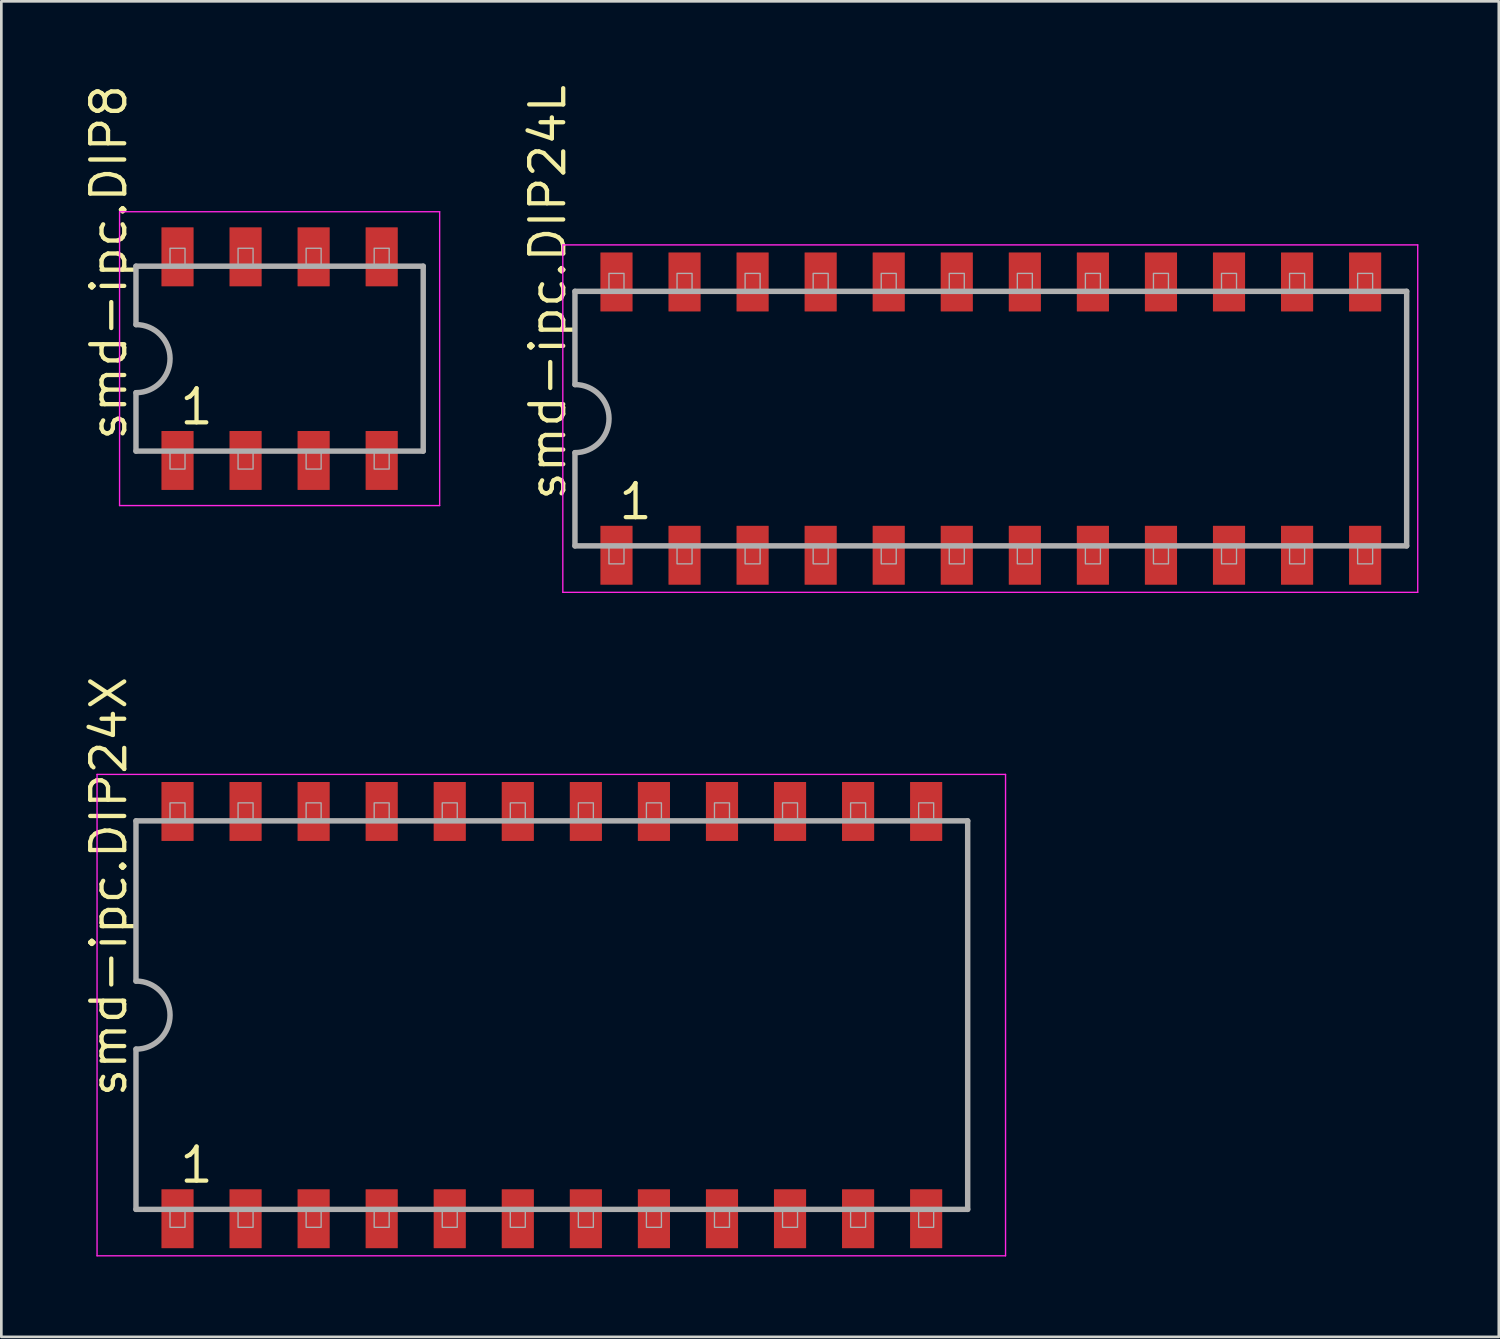
<source format=kicad_pcb>
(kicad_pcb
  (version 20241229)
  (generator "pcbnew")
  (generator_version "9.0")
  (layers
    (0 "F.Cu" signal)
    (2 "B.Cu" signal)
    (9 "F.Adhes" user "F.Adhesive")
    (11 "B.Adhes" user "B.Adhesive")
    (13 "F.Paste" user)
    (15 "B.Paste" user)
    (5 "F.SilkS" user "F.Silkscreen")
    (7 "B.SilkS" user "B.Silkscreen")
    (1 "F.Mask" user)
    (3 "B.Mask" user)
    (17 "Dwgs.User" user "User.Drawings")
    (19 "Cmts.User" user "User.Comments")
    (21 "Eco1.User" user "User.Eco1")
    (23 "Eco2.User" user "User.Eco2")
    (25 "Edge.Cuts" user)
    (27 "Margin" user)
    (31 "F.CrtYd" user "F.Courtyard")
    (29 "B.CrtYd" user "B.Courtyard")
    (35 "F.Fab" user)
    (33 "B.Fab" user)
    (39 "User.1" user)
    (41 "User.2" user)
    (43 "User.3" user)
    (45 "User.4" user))
  (footprint "smd-ipc.DIP24X"
    (layer "F.Cu")
    (at 17.545 34.835)
    (property "Reference" "smd-ipc.DIP24X" (at -15.795 3.135 90) (layer "F.SilkS") (effects (font (size 1.27 1.27) (thickness 0.16)) (justify left bottom)))
    (attr smd)
    (fp_line (start -16.973 -8.983) (end 16.933 -8.983) (stroke (width 0.051) (type default)) (layer "F.CrtYd"))
    (fp_line (start -16.973 8.983) (end -16.973 -8.983) (stroke (width 0.051) (type default)) (layer "F.CrtYd"))
    (fp_line (start 16.933 -8.983) (end 16.933 8.983) (stroke (width 0.051) (type default)) (layer "F.CrtYd"))
    (fp_line (start 16.933 8.983) (end -16.973 8.983) (stroke (width 0.051) (type default)) (layer "F.CrtYd"))
    (fp_line (start -15.52 -7.25) (end -15.52 -1.27) (stroke (width 0.203) (type default)) (layer "F.Fab"))
    (fp_line (start -15.52 1.27) (end -15.52 7.25) (stroke (width 0.203) (type default)) (layer "F.Fab"))
    (fp_line (start -15.52 7.25) (end 15.52 7.25) (stroke (width 0.203) (type default)) (layer "F.Fab"))
    (fp_line (start 15.52 -7.25) (end -15.52 -7.25) (stroke (width 0.203) (type default)) (layer "F.Fab"))
    (fp_line (start 15.52 7.25) (end 15.52 -7.25) (stroke (width 0.203) (type default)) (layer "F.Fab"))
    (fp_rect (start -14.25 -7.25) (end -13.69 -7.92) (stroke (width 0.05) (type default)) (fill no) (layer "F.Fab"))
    (fp_rect (start -14.25 7.92) (end -13.69 7.25) (stroke (width 0.05) (type default)) (fill no) (layer "F.Fab"))
    (fp_rect (start -11.71 -7.25) (end -11.15 -7.92) (stroke (width 0.05) (type default)) (fill no) (layer "F.Fab"))
    (fp_rect (start -11.71 7.92) (end -11.15 7.25) (stroke (width 0.05) (type default)) (fill no) (layer "F.Fab"))
    (fp_rect (start -9.17 -7.25) (end -8.61 -7.92) (stroke (width 0.05) (type default)) (fill no) (layer "F.Fab"))
    (fp_rect (start -9.17 7.92) (end -8.61 7.25) (stroke (width 0.05) (type default)) (fill no) (layer "F.Fab"))
    (fp_rect (start -6.63 -7.25) (end -6.07 -7.92) (stroke (width 0.05) (type default)) (fill no) (layer "F.Fab"))
    (fp_rect (start -6.63 7.92) (end -6.07 7.25) (stroke (width 0.05) (type default)) (fill no) (layer "F.Fab"))
    (fp_rect (start -4.09 -7.25) (end -3.53 -7.92) (stroke (width 0.05) (type default)) (fill no) (layer "F.Fab"))
    (fp_rect (start -4.09 7.92) (end -3.53 7.25) (stroke (width 0.05) (type default)) (fill no) (layer "F.Fab"))
    (fp_rect (start -1.55 -7.25) (end -0.99 -7.92) (stroke (width 0.05) (type default)) (fill no) (layer "F.Fab"))
    (fp_rect (start -1.55 7.92) (end -0.99 7.25) (stroke (width 0.05) (type default)) (fill no) (layer "F.Fab"))
    (fp_rect (start 0.99 -7.25) (end 1.55 -7.92) (stroke (width 0.05) (type default)) (fill no) (layer "F.Fab"))
    (fp_rect (start 0.99 7.92) (end 1.55 7.25) (stroke (width 0.05) (type default)) (fill no) (layer "F.Fab"))
    (fp_rect (start 3.53 -7.25) (end 4.09 -7.92) (stroke (width 0.05) (type default)) (fill no) (layer "F.Fab"))
    (fp_rect (start 3.53 7.92) (end 4.09 7.25) (stroke (width 0.05) (type default)) (fill no) (layer "F.Fab"))
    (fp_rect (start 6.07 -7.25) (end 6.63 -7.92) (stroke (width 0.05) (type default)) (fill no) (layer "F.Fab"))
    (fp_rect (start 6.07 7.92) (end 6.63 7.25) (stroke (width 0.05) (type default)) (fill no) (layer "F.Fab"))
    (fp_rect (start 8.61 -7.25) (end 9.17 -7.92) (stroke (width 0.05) (type default)) (fill no) (layer "F.Fab"))
    (fp_rect (start 8.61 7.92) (end 9.17 7.25) (stroke (width 0.05) (type default)) (fill no) (layer "F.Fab"))
    (fp_rect (start 11.15 -7.25) (end 11.71 -7.92) (stroke (width 0.05) (type default)) (fill no) (layer "F.Fab"))
    (fp_rect (start 11.15 7.92) (end 11.71 7.25) (stroke (width 0.05) (type default)) (fill no) (layer "F.Fab"))
    (fp_rect (start 13.69 -7.25) (end 14.25 -7.92) (stroke (width 0.05) (type default)) (fill no) (layer "F.Fab"))
    (fp_rect (start 13.69 7.92) (end 14.25 7.25) (stroke (width 0.05) (type default)) (fill no) (layer "F.Fab"))
    (fp_arc (start -15.5184 -1.27) (mid -14.2484 0) (end -15.5184 1.27) (stroke (width 0.2032) (type default)) (layer "F.Fab"))
    (fp_text user "1" (at -13.97 6.34 0) (layer "F.SilkS") (effects (font (size 1.27 1.27) (thickness 0.16)) (justify left bottom)))
    (pad "1" smd roundrect (at -13.97 7.6) (size 1.2 2.2) (layers "F.Cu" "F.Mask" "F.Paste") (roundrect_rratio 0.01))
    (pad "2" smd roundrect (at -11.43 7.6) (size 1.2 2.2) (layers "F.Cu" "F.Mask" "F.Paste") (roundrect_rratio 0.01))
    (pad "3" smd roundrect (at -8.89 7.6) (size 1.2 2.2) (layers "F.Cu" "F.Mask" "F.Paste") (roundrect_rratio 0.01))
    (pad "4" smd roundrect (at -6.35 7.6) (size 1.2 2.2) (layers "F.Cu" "F.Mask" "F.Paste") (roundrect_rratio 0.01))
    (pad "5" smd roundrect (at -3.81 7.6) (size 1.2 2.2) (layers "F.Cu" "F.Mask" "F.Paste") (roundrect_rratio 0.01))
    (pad "6" smd roundrect (at -1.27 7.6) (size 1.2 2.2) (layers "F.Cu" "F.Mask" "F.Paste") (roundrect_rratio 0.01))
    (pad "7" smd roundrect (at 1.27 7.6) (size 1.2 2.2) (layers "F.Cu" "F.Mask" "F.Paste") (roundrect_rratio 0.01))
    (pad "8" smd roundrect (at 3.81 7.6) (size 1.2 2.2) (layers "F.Cu" "F.Mask" "F.Paste") (roundrect_rratio 0.01))
    (pad "9" smd roundrect (at 6.35 7.6) (size 1.2 2.2) (layers "F.Cu" "F.Mask" "F.Paste") (roundrect_rratio 0.01))
    (pad "10" smd roundrect (at 8.89 7.6) (size 1.2 2.2) (layers "F.Cu" "F.Mask" "F.Paste") (roundrect_rratio 0.01))
    (pad "11" smd roundrect (at 11.43 7.6) (size 1.2 2.2) (layers "F.Cu" "F.Mask" "F.Paste") (roundrect_rratio 0.01))
    (pad "12" smd roundrect (at 13.97 7.6) (size 1.2 2.2) (layers "F.Cu" "F.Mask" "F.Paste") (roundrect_rratio 0.01))
    (pad "13" smd roundrect (at 13.97 -7.6) (size 1.2 2.2) (layers "F.Cu" "F.Mask" "F.Paste") (roundrect_rratio 0.01))
    (pad "14" smd roundrect (at 11.43 -7.6) (size 1.2 2.2) (layers "F.Cu" "F.Mask" "F.Paste") (roundrect_rratio 0.01))
    (pad "15" smd roundrect (at 8.89 -7.6) (size 1.2 2.2) (layers "F.Cu" "F.Mask" "F.Paste") (roundrect_rratio 0.01))
    (pad "16" smd roundrect (at 6.35 -7.6) (size 1.2 2.2) (layers "F.Cu" "F.Mask" "F.Paste") (roundrect_rratio 0.01))
    (pad "17" smd roundrect (at 3.81 -7.6) (size 1.2 2.2) (layers "F.Cu" "F.Mask" "F.Paste") (roundrect_rratio 0.01))
    (pad "18" smd roundrect (at 1.27 -7.6) (size 1.2 2.2) (layers "F.Cu" "F.Mask" "F.Paste") (roundrect_rratio 0.01))
    (pad "19" smd roundrect (at -1.27 -7.6) (size 1.2 2.2) (layers "F.Cu" "F.Mask" "F.Paste") (roundrect_rratio 0.01))
    (pad "20" smd roundrect (at -3.81 -7.6) (size 1.2 2.2) (layers "F.Cu" "F.Mask" "F.Paste") (roundrect_rratio 0.01))
    (pad "21" smd roundrect (at -6.35 -7.6) (size 1.2 2.2) (layers "F.Cu" "F.Mask" "F.Paste") (roundrect_rratio 0.01))
    (pad "22" smd roundrect (at -8.89 -7.6) (size 1.2 2.2) (layers "F.Cu" "F.Mask" "F.Paste") (roundrect_rratio 0.01))
    (pad "23" smd roundrect (at -11.43 -7.6) (size 1.2 2.2) (layers "F.Cu" "F.Mask" "F.Paste") (roundrect_rratio 0.01))
    (pad "24" smd roundrect (at -13.97 -7.6) (size 1.2 2.2) (layers "F.Cu" "F.Mask" "F.Paste") (roundrect_rratio 0.01)))
  (footprint "smd-ipc.DIP8"
    (layer "F.Cu")
    (at 7.385 10.335)
    (property "Reference" "smd-ipc.DIP8" (at -5.635 3.135 90) (layer "F.SilkS") (effects (font (size 1.27 1.27) (thickness 0.16)) (justify left bottom)))
    (attr smd)
    (fp_line (start -5.973 -5.483) (end 5.973 -5.483) (stroke (width 0.051) (type default)) (layer "F.CrtYd"))
    (fp_line (start -5.973 5.483) (end -5.973 -5.483) (stroke (width 0.051) (type default)) (layer "F.CrtYd"))
    (fp_line (start 5.973 -5.483) (end 5.973 5.483) (stroke (width 0.051) (type default)) (layer "F.CrtYd"))
    (fp_line (start 5.973 5.483) (end -5.973 5.483) (stroke (width 0.051) (type default)) (layer "F.CrtYd"))
    (fp_line (start -5.36 -3.45) (end -5.36 -1.27) (stroke (width 0.203) (type default)) (layer "F.Fab"))
    (fp_line (start -5.36 1.27) (end -5.36 3.45) (stroke (width 0.203) (type default)) (layer "F.Fab"))
    (fp_line (start -5.36 3.45) (end 5.36 3.45) (stroke (width 0.203) (type default)) (layer "F.Fab"))
    (fp_line (start 5.36 -3.45) (end -5.36 -3.45) (stroke (width 0.203) (type default)) (layer "F.Fab"))
    (fp_line (start 5.36 3.45) (end 5.36 -3.45) (stroke (width 0.203) (type default)) (layer "F.Fab"))
    (fp_rect (start -4.09 -3.45) (end -3.53 -4.12) (stroke (width 0.05) (type default)) (fill no) (layer "F.Fab"))
    (fp_rect (start -4.09 4.12) (end -3.53 3.45) (stroke (width 0.05) (type default)) (fill no) (layer "F.Fab"))
    (fp_rect (start -1.55 -3.45) (end -0.99 -4.12) (stroke (width 0.05) (type default)) (fill no) (layer "F.Fab"))
    (fp_rect (start -1.55 4.12) (end -0.99 3.45) (stroke (width 0.05) (type default)) (fill no) (layer "F.Fab"))
    (fp_rect (start 0.99 -3.45) (end 1.55 -4.12) (stroke (width 0.05) (type default)) (fill no) (layer "F.Fab"))
    (fp_rect (start 0.99 4.12) (end 1.55 3.45) (stroke (width 0.05) (type default)) (fill no) (layer "F.Fab"))
    (fp_rect (start 3.53 -3.45) (end 4.09 -4.12) (stroke (width 0.05) (type default)) (fill no) (layer "F.Fab"))
    (fp_rect (start 3.53 4.12) (end 4.09 3.45) (stroke (width 0.05) (type default)) (fill no) (layer "F.Fab"))
    (fp_arc (start -5.3584 -1.27) (mid -4.0884 0) (end -5.3584 1.27) (stroke (width 0.2032) (type default)) (layer "F.Fab"))
    (fp_text user "1" (at -3.81 2.54 0) (layer "F.SilkS") (effects (font (size 1.27 1.27) (thickness 0.16)) (justify left bottom)))
    (pad "1" smd roundrect (at -3.81 3.8) (size 1.2 2.2) (layers "F.Cu" "F.Mask" "F.Paste") (roundrect_rratio 0.01))
    (pad "2" smd roundrect (at -1.27 3.8) (size 1.2 2.2) (layers "F.Cu" "F.Mask" "F.Paste") (roundrect_rratio 0.01))
    (pad "3" smd roundrect (at 1.27 3.8) (size 1.2 2.2) (layers "F.Cu" "F.Mask" "F.Paste") (roundrect_rratio 0.01))
    (pad "4" smd roundrect (at 3.81 3.8) (size 1.2 2.2) (layers "F.Cu" "F.Mask" "F.Paste") (roundrect_rratio 0.01))
    (pad "5" smd roundrect (at 3.81 -3.8) (size 1.2 2.2) (layers "F.Cu" "F.Mask" "F.Paste") (roundrect_rratio 0.01))
    (pad "6" smd roundrect (at 1.27 -3.8) (size 1.2 2.2) (layers "F.Cu" "F.Mask" "F.Paste") (roundrect_rratio 0.01))
    (pad "7" smd roundrect (at -1.27 -3.8) (size 1.2 2.2) (layers "F.Cu" "F.Mask" "F.Paste") (roundrect_rratio 0.01))
    (pad "8" smd roundrect (at -3.81 -3.8) (size 1.2 2.2) (layers "F.Cu" "F.Mask" "F.Paste") (roundrect_rratio 0.01)))
  (footprint "smd-ipc.DIP24L"
    (layer "F.Cu")
    (at 33.928 12.573)
    (property "Reference" "smd-ipc.DIP24L" (at -15.795 3.135 90) (layer "F.SilkS") (effects (font (size 1.27 1.27) (thickness 0.16)) (justify left bottom)))
    (attr smd)
    (fp_line (start -15.973 -6.483) (end 15.933 -6.483) (stroke (width 0.051) (type default)) (layer "F.CrtYd"))
    (fp_line (start -15.973 6.483) (end -15.973 -6.483) (stroke (width 0.051) (type default)) (layer "F.CrtYd"))
    (fp_line (start 15.933 -6.483) (end 15.933 6.483) (stroke (width 0.051) (type default)) (layer "F.CrtYd"))
    (fp_line (start 15.933 6.483) (end -15.973 6.483) (stroke (width 0.051) (type default)) (layer "F.CrtYd"))
    (fp_line (start -15.52 -4.75) (end -15.52 -1.27) (stroke (width 0.203) (type default)) (layer "F.Fab"))
    (fp_line (start -15.52 1.27) (end -15.52 4.75) (stroke (width 0.203) (type default)) (layer "F.Fab"))
    (fp_line (start -15.52 4.75) (end 15.52 4.75) (stroke (width 0.203) (type default)) (layer "F.Fab"))
    (fp_line (start 15.52 -4.75) (end -15.52 -4.75) (stroke (width 0.203) (type default)) (layer "F.Fab"))
    (fp_line (start 15.52 4.75) (end 15.52 -4.75) (stroke (width 0.203) (type default)) (layer "F.Fab"))
    (fp_rect (start -14.25 -4.75) (end -13.69 -5.42) (stroke (width 0.05) (type default)) (fill no) (layer "F.Fab"))
    (fp_rect (start -14.25 5.42) (end -13.69 4.75) (stroke (width 0.05) (type default)) (fill no) (layer "F.Fab"))
    (fp_rect (start -11.71 -4.75) (end -11.15 -5.42) (stroke (width 0.05) (type default)) (fill no) (layer "F.Fab"))
    (fp_rect (start -11.71 5.42) (end -11.15 4.75) (stroke (width 0.05) (type default)) (fill no) (layer "F.Fab"))
    (fp_rect (start -9.17 -4.75) (end -8.61 -5.42) (stroke (width 0.05) (type default)) (fill no) (layer "F.Fab"))
    (fp_rect (start -9.17 5.42) (end -8.61 4.75) (stroke (width 0.05) (type default)) (fill no) (layer "F.Fab"))
    (fp_rect (start -6.63 -4.75) (end -6.07 -5.42) (stroke (width 0.05) (type default)) (fill no) (layer "F.Fab"))
    (fp_rect (start -6.63 5.42) (end -6.07 4.75) (stroke (width 0.05) (type default)) (fill no) (layer "F.Fab"))
    (fp_rect (start -4.09 -4.75) (end -3.53 -5.42) (stroke (width 0.05) (type default)) (fill no) (layer "F.Fab"))
    (fp_rect (start -4.09 5.42) (end -3.53 4.75) (stroke (width 0.05) (type default)) (fill no) (layer "F.Fab"))
    (fp_rect (start -1.55 -4.75) (end -0.99 -5.42) (stroke (width 0.05) (type default)) (fill no) (layer "F.Fab"))
    (fp_rect (start -1.55 5.42) (end -0.99 4.75) (stroke (width 0.05) (type default)) (fill no) (layer "F.Fab"))
    (fp_rect (start 0.99 -4.75) (end 1.55 -5.42) (stroke (width 0.05) (type default)) (fill no) (layer "F.Fab"))
    (fp_rect (start 0.99 5.42) (end 1.55 4.75) (stroke (width 0.05) (type default)) (fill no) (layer "F.Fab"))
    (fp_rect (start 3.53 -4.75) (end 4.09 -5.42) (stroke (width 0.05) (type default)) (fill no) (layer "F.Fab"))
    (fp_rect (start 3.53 5.42) (end 4.09 4.75) (stroke (width 0.05) (type default)) (fill no) (layer "F.Fab"))
    (fp_rect (start 6.07 -4.75) (end 6.63 -5.42) (stroke (width 0.05) (type default)) (fill no) (layer "F.Fab"))
    (fp_rect (start 6.07 5.42) (end 6.63 4.75) (stroke (width 0.05) (type default)) (fill no) (layer "F.Fab"))
    (fp_rect (start 8.61 -4.75) (end 9.17 -5.42) (stroke (width 0.05) (type default)) (fill no) (layer "F.Fab"))
    (fp_rect (start 8.61 5.42) (end 9.17 4.75) (stroke (width 0.05) (type default)) (fill no) (layer "F.Fab"))
    (fp_rect (start 11.15 -4.75) (end 11.71 -5.42) (stroke (width 0.05) (type default)) (fill no) (layer "F.Fab"))
    (fp_rect (start 11.15 5.42) (end 11.71 4.75) (stroke (width 0.05) (type default)) (fill no) (layer "F.Fab"))
    (fp_rect (start 13.69 -4.75) (end 14.25 -5.42) (stroke (width 0.05) (type default)) (fill no) (layer "F.Fab"))
    (fp_rect (start 13.69 5.42) (end 14.25 4.75) (stroke (width 0.05) (type default)) (fill no) (layer "F.Fab"))
    (fp_arc (start -15.5184 -1.27) (mid -14.2484 0) (end -15.5184 1.27) (stroke (width 0.2032) (type default)) (layer "F.Fab"))
    (fp_text user "1" (at -13.97 3.84 0) (layer "F.SilkS") (effects (font (size 1.27 1.27) (thickness 0.16)) (justify left bottom)))
    (pad "1" smd roundrect (at -13.97 5.1) (size 1.2 2.2) (layers "F.Cu" "F.Mask" "F.Paste") (roundrect_rratio 0.01))
    (pad "2" smd roundrect (at -11.43 5.1) (size 1.2 2.2) (layers "F.Cu" "F.Mask" "F.Paste") (roundrect_rratio 0.01))
    (pad "3" smd roundrect (at -8.89 5.1) (size 1.2 2.2) (layers "F.Cu" "F.Mask" "F.Paste") (roundrect_rratio 0.01))
    (pad "4" smd roundrect (at -6.35 5.1) (size 1.2 2.2) (layers "F.Cu" "F.Mask" "F.Paste") (roundrect_rratio 0.01))
    (pad "5" smd roundrect (at -3.81 5.1) (size 1.2 2.2) (layers "F.Cu" "F.Mask" "F.Paste") (roundrect_rratio 0.01))
    (pad "6" smd roundrect (at -1.27 5.1) (size 1.2 2.2) (layers "F.Cu" "F.Mask" "F.Paste") (roundrect_rratio 0.01))
    (pad "7" smd roundrect (at 1.27 5.1) (size 1.2 2.2) (layers "F.Cu" "F.Mask" "F.Paste") (roundrect_rratio 0.01))
    (pad "8" smd roundrect (at 3.81 5.1) (size 1.2 2.2) (layers "F.Cu" "F.Mask" "F.Paste") (roundrect_rratio 0.01))
    (pad "9" smd roundrect (at 6.35 5.1) (size 1.2 2.2) (layers "F.Cu" "F.Mask" "F.Paste") (roundrect_rratio 0.01))
    (pad "10" smd roundrect (at 8.89 5.1) (size 1.2 2.2) (layers "F.Cu" "F.Mask" "F.Paste") (roundrect_rratio 0.01))
    (pad "11" smd roundrect (at 11.43 5.1) (size 1.2 2.2) (layers "F.Cu" "F.Mask" "F.Paste") (roundrect_rratio 0.01))
    (pad "12" smd roundrect (at 13.97 5.1) (size 1.2 2.2) (layers "F.Cu" "F.Mask" "F.Paste") (roundrect_rratio 0.01))
    (pad "13" smd roundrect (at 13.97 -5.1) (size 1.2 2.2) (layers "F.Cu" "F.Mask" "F.Paste") (roundrect_rratio 0.01))
    (pad "14" smd roundrect (at 11.43 -5.1) (size 1.2 2.2) (layers "F.Cu" "F.Mask" "F.Paste") (roundrect_rratio 0.01))
    (pad "15" smd roundrect (at 8.89 -5.1) (size 1.2 2.2) (layers "F.Cu" "F.Mask" "F.Paste") (roundrect_rratio 0.01))
    (pad "16" smd roundrect (at 6.35 -5.1) (size 1.2 2.2) (layers "F.Cu" "F.Mask" "F.Paste") (roundrect_rratio 0.01))
    (pad "17" smd roundrect (at 3.81 -5.1) (size 1.2 2.2) (layers "F.Cu" "F.Mask" "F.Paste") (roundrect_rratio 0.01))
    (pad "18" smd roundrect (at 1.27 -5.1) (size 1.2 2.2) (layers "F.Cu" "F.Mask" "F.Paste") (roundrect_rratio 0.01))
    (pad "19" smd roundrect (at -1.27 -5.1) (size 1.2 2.2) (layers "F.Cu" "F.Mask" "F.Paste") (roundrect_rratio 0.01))
    (pad "20" smd roundrect (at -3.81 -5.1) (size 1.2 2.2) (layers "F.Cu" "F.Mask" "F.Paste") (roundrect_rratio 0.01))
    (pad "21" smd roundrect (at -6.35 -5.1) (size 1.2 2.2) (layers "F.Cu" "F.Mask" "F.Paste") (roundrect_rratio 0.01))
    (pad "22" smd roundrect (at -8.89 -5.1) (size 1.2 2.2) (layers "F.Cu" "F.Mask" "F.Paste") (roundrect_rratio 0.01))
    (pad "23" smd roundrect (at -11.43 -5.1) (size 1.2 2.2) (layers "F.Cu" "F.Mask" "F.Paste") (roundrect_rratio 0.01))
    (pad "24" smd roundrect (at -13.97 -5.1) (size 1.2 2.2) (layers "F.Cu" "F.Mask" "F.Paste") (roundrect_rratio 0.01)))
  (gr_rect
    (start -3 -3)
    (end 52.887 46.844)
    (stroke (width 0.1) (type default))
    (fill no)
    (layer "Edge.Cuts")))
</source>
